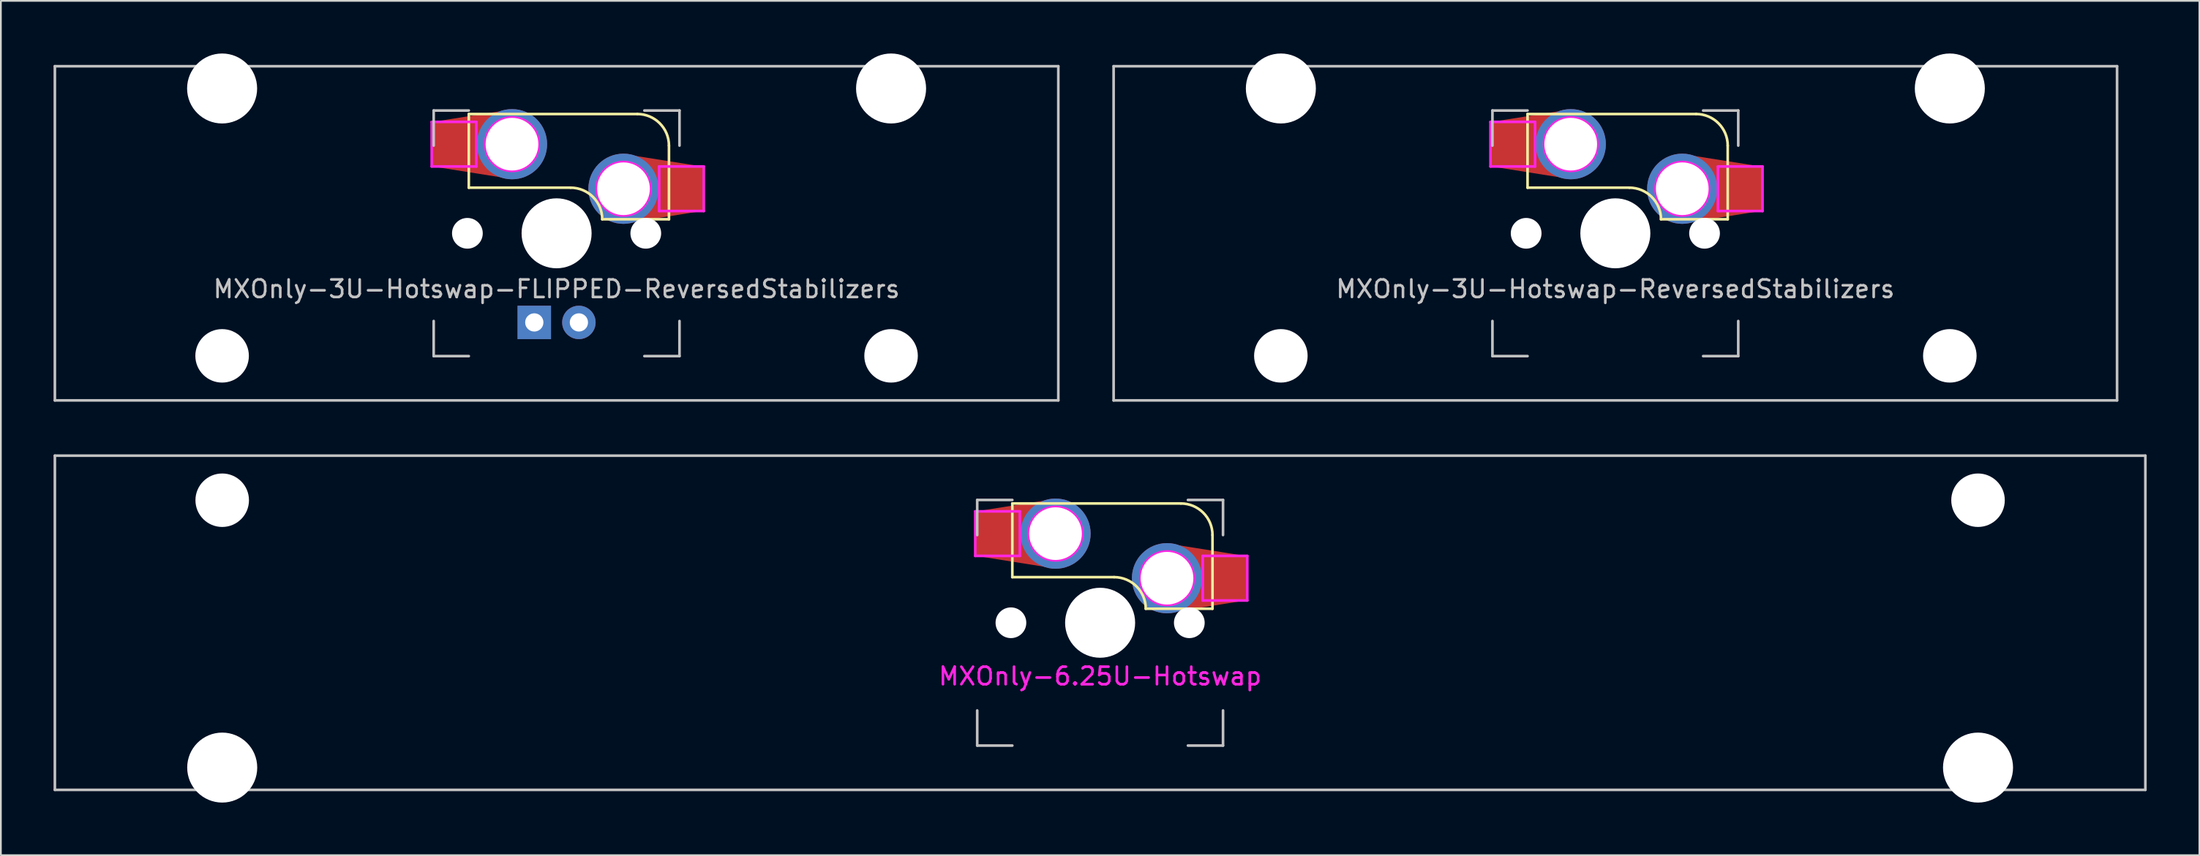
<source format=kicad_pcb>
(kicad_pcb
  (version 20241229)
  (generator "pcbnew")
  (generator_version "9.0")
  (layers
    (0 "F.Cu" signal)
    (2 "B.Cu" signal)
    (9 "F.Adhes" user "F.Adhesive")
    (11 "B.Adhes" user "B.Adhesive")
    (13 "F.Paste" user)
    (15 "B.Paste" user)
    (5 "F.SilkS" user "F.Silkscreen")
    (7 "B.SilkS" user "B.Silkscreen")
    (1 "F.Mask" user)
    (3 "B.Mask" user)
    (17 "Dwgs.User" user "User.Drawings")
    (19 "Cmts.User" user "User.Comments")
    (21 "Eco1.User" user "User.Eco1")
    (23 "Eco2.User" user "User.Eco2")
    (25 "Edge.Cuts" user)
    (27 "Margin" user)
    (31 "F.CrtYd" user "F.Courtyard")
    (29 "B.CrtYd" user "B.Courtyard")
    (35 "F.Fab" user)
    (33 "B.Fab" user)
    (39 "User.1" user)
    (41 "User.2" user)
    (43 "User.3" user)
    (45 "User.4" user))
  (footprint "MXOnly-6.25U-Hotswap"
    (layer "F.Cu")
    (at 59.606 32.449)
    (property "Reference" "MXOnly-6.25U-Hotswap" (at 0 3.048 180) (layer "F.CrtYd") (effects (font (size 1 1) (thickness 0.15))))
    (attr smd)
    (fp_line (start -5 -6.8) (end 4.6 -6.8) (stroke (width 0.15) (type solid)) (layer "F.SilkS"))
    (fp_line (start -5 -2.6) (end -5 -6.8) (stroke (width 0.15) (type solid)) (layer "F.SilkS"))
    (fp_line (start 0.8 -2.6) (end -5 -2.6) (stroke (width 0.15) (type solid)) (layer "F.SilkS"))
    (fp_line (start 6.4 -5) (end 6.4 -0.8) (stroke (width 0.15) (type solid)) (layer "F.SilkS"))
    (fp_line (start 6.4 -0.8) (end 2.6 -0.8) (stroke (width 0.15) (type solid)) (layer "F.SilkS"))
    (fp_arc (start 0.8 -2.6) (mid 2.072792 -2.072792) (end 2.6 -0.8) (stroke (width 0.15) (type solid)) (layer "F.SilkS"))
    (fp_arc (start 4.6 -6.8) (mid 5.872792 -6.272792) (end 6.4 -5) (stroke (width 0.15) (type solid)) (layer "F.SilkS"))
    (fp_poly (pts (xy -5.08 -3.493) (xy -7.112 -3.81) (xy -7.112 -6.35) (xy -5.08 -6.668)) (stroke (width 0.1) (type solid)) (fill yes) (layer "F.Paste"))
    (fp_poly (pts (xy 6.477 -4.064) (xy 8.509 -3.747) (xy 8.509 -1.206) (xy 6.477 -0.889)) (stroke (width 0.1) (type solid)) (fill yes) (layer "F.Paste"))
    (fp_line (start -59.531 -9.525) (end 59.531 -9.525) (stroke (width 0.15) (type solid)) (layer "Dwgs.User"))
    (fp_line (start -59.531 9.525) (end -59.531 -9.525) (stroke (width 0.15) (type solid)) (layer "Dwgs.User"))
    (fp_line (start -7 -7) (end -7 -5) (stroke (width 0.15) (type solid)) (layer "Dwgs.User"))
    (fp_line (start -7 7) (end -7 5) (stroke (width 0.15) (type solid)) (layer "Dwgs.User"))
    (fp_line (start -5 -7) (end -7 -7) (stroke (width 0.15) (type solid)) (layer "Dwgs.User"))
    (fp_line (start -5 7) (end -7 7) (stroke (width 0.15) (type solid)) (layer "Dwgs.User"))
    (fp_line (start 5 -7) (end 7 -7) (stroke (width 0.15) (type solid)) (layer "Dwgs.User"))
    (fp_line (start 7 -7) (end 7 -5) (stroke (width 0.15) (type solid)) (layer "Dwgs.User"))
    (fp_line (start 7 5) (end 7 7) (stroke (width 0.15) (type solid)) (layer "Dwgs.User"))
    (fp_line (start 7 7) (end 5 7) (stroke (width 0.15) (type solid)) (layer "Dwgs.User"))
    (fp_line (start 59.531 -9.525) (end 59.531 9.525) (stroke (width 0.15) (type solid)) (layer "Dwgs.User"))
    (fp_line (start 59.531 9.525) (end -59.531 9.525) (stroke (width 0.15) (type solid)) (layer "Dwgs.User"))
    (fp_line (start -7.112 -6.35) (end -7.112 -3.81) (stroke (width 0.15) (type solid)) (layer "F.CrtYd"))
    (fp_line (start -7.112 -3.81) (end -4.572 -3.81) (stroke (width 0.15) (type solid)) (layer "F.CrtYd"))
    (fp_line (start -4.572 -6.35) (end -7.112 -6.35) (stroke (width 0.15) (type solid)) (layer "F.CrtYd"))
    (fp_line (start -4.572 -3.81) (end -4.572 -6.35) (stroke (width 0.15) (type solid)) (layer "F.CrtYd"))
    (fp_line (start 5.842 -3.81) (end 5.842 -1.27) (stroke (width 0.15) (type solid)) (layer "F.CrtYd"))
    (fp_line (start 5.842 -1.27) (end 8.382 -1.27) (stroke (width 0.15) (type solid)) (layer "F.CrtYd"))
    (fp_line (start 8.382 -3.81) (end 5.842 -3.81) (stroke (width 0.15) (type solid)) (layer "F.CrtYd"))
    (fp_line (start 8.382 -1.27) (end 8.382 -3.81) (stroke (width 0.15) (type solid)) (layer "F.CrtYd"))
    (fp_circle (center -2.54 -5.08) (end -2.54 -6.604) (stroke (width 0.15) (type solid)) (fill no) (layer "F.CrtYd"))
    (fp_circle (center 3.81 -2.54) (end 3.81 -4.064) (stroke (width 0.15) (type solid)) (fill no) (layer "F.CrtYd"))
    (pad "" np_thru_hole circle (at -50 -6.985) (size 3.048 3.048) (drill 3.048) (layers "*.Cu" "*.Mask"))
    (pad "" np_thru_hole circle (at -50 8.255) (size 3.988 3.988) (drill 3.988) (layers "*.Cu" "*.Mask"))
    (pad "" np_thru_hole circle (at -5.08 0 131.9) (size 1.75 1.75) (drill 1.75) (layers "*.Cu" "*.Mask"))
    (pad "" np_thru_hole circle (at 0 0 180) (size 3.988 3.988) (drill 3.988) (layers "*.Cu" "*.Mask"))
    (pad "" np_thru_hole circle (at 5.08 0 131.9) (size 1.75 1.75) (drill 1.75) (layers "*.Cu" "*.Mask"))
    (pad "" np_thru_hole circle (at 50 -6.985) (size 3.048 3.048) (drill 3.048) (layers "*.Cu" "*.Mask"))
    (pad "" np_thru_hole circle (at 50 8.255) (size 3.988 3.988) (drill 3.988) (layers "*.Cu" "*.Mask"))
    (pad "1" thru_hole circle (at 3.81 -2.54 180) (size 4 4) (drill 3) (layers "*.Cu" "F.Mask"))
    (pad "1" smd custom (at 7.085 -2.54 180) (size 2.55 2.5) (layers "F.Cu" "F.Mask") (options (anchor rect)) (primitives (gr_poly (pts (xy -1.195 1.219) (xy 3.275 1.93) (xy 3.275 -1.93) (xy -1.195 -1.219)) (width 0.1) (fill yes))))
    (pad "2" smd custom (at -5.841 -5.08 180) (size 2.55 2.5) (layers "F.Cu" "F.Mask") (options (anchor rect)) (primitives (gr_poly (pts (xy 1.219 -1.219) (xy -3.251 -1.93) (xy -3.251 1.93) (xy 1.219 1.219)) (width 0.1) (fill yes))))
    (pad "2" thru_hole circle (at -2.54 -5.08 180) (size 4 4) (drill 3) (layers "*.Cu" "F.Mask")))
  (footprint "MXOnly-3U-Hotswap-FLIPPED-ReversedStabilizers"
    (layer "F.Cu")
    (at 28.65 10.249)
    (property "Reference" "MXOnly-3U-Hotswap-FLIPPED-ReversedStabilizers" (at 0 3.175 180) (layer "Dwgs.User") (effects (font (size 1 1) (thickness 0.15))))
    (attr through_hole)
    (fp_line (start -5 -6.8) (end 4.6 -6.8) (stroke (width 0.15) (type solid)) (layer "F.SilkS"))
    (fp_line (start -5 -2.6) (end -5 -6.8) (stroke (width 0.15) (type solid)) (layer "F.SilkS"))
    (fp_line (start 0.8 -2.6) (end -5 -2.6) (stroke (width 0.15) (type solid)) (layer "F.SilkS"))
    (fp_line (start 6.4 -5) (end 6.4 -0.8) (stroke (width 0.15) (type solid)) (layer "F.SilkS"))
    (fp_line (start 6.4 -0.8) (end 2.6 -0.8) (stroke (width 0.15) (type solid)) (layer "F.SilkS"))
    (fp_arc (start 0.8 -2.6) (mid 2.072792 -2.072792) (end 2.6 -0.8) (stroke (width 0.15) (type solid)) (layer "F.SilkS"))
    (fp_arc (start 4.6 -6.8) (mid 5.872792 -6.272792) (end 6.4 -5) (stroke (width 0.15) (type solid)) (layer "F.SilkS"))
    (fp_poly (pts (xy -5.08 -3.493) (xy -7.112 -3.81) (xy -7.112 -6.35) (xy -5.08 -6.668)) (stroke (width 0.1) (type solid)) (fill yes) (layer "F.Paste"))
    (fp_poly (pts (xy 6.477 -4.064) (xy 8.509 -3.747) (xy 8.509 -1.206) (xy 6.477 -0.889)) (stroke (width 0.1) (type solid)) (fill yes) (layer "F.Paste"))
    (fp_line (start -28.575 -9.525) (end 28.575 -9.525) (stroke (width 0.15) (type solid)) (layer "Dwgs.User"))
    (fp_line (start -28.575 9.525) (end -28.575 -9.525) (stroke (width 0.15) (type solid)) (layer "Dwgs.User"))
    (fp_line (start -28.575 9.525) (end 28.575 9.525) (stroke (width 0.15) (type solid)) (layer "Dwgs.User"))
    (fp_line (start -7 -7) (end -7 -5) (stroke (width 0.15) (type solid)) (layer "Dwgs.User"))
    (fp_line (start -7 7) (end -7 5) (stroke (width 0.15) (type solid)) (layer "Dwgs.User"))
    (fp_line (start -5 -7) (end -7 -7) (stroke (width 0.15) (type solid)) (layer "Dwgs.User"))
    (fp_line (start -5 7) (end -7 7) (stroke (width 0.15) (type solid)) (layer "Dwgs.User"))
    (fp_line (start 5 -7) (end 7 -7) (stroke (width 0.15) (type solid)) (layer "Dwgs.User"))
    (fp_line (start 7 -7) (end 7 -5) (stroke (width 0.15) (type solid)) (layer "Dwgs.User"))
    (fp_line (start 7 5) (end 7 7) (stroke (width 0.15) (type solid)) (layer "Dwgs.User"))
    (fp_line (start 7 7) (end 5 7) (stroke (width 0.15) (type solid)) (layer "Dwgs.User"))
    (fp_line (start 28.575 -9.525) (end 28.575 9.525) (stroke (width 0.15) (type solid)) (layer "Dwgs.User"))
    (fp_line (start -7.112 -6.35) (end -7.112 -3.81) (stroke (width 0.15) (type solid)) (layer "F.CrtYd"))
    (fp_line (start -7.112 -3.81) (end -4.572 -3.81) (stroke (width 0.15) (type solid)) (layer "F.CrtYd"))
    (fp_line (start -4.572 -6.35) (end -7.112 -6.35) (stroke (width 0.15) (type solid)) (layer "F.CrtYd"))
    (fp_line (start -4.572 -3.81) (end -4.572 -6.35) (stroke (width 0.15) (type solid)) (layer "F.CrtYd"))
    (fp_line (start 5.842 -3.81) (end 5.842 -1.27) (stroke (width 0.15) (type solid)) (layer "F.CrtYd"))
    (fp_line (start 5.842 -1.27) (end 8.382 -1.27) (stroke (width 0.15) (type solid)) (layer "F.CrtYd"))
    (fp_line (start 8.382 -3.81) (end 5.842 -3.81) (stroke (width 0.15) (type solid)) (layer "F.CrtYd"))
    (fp_line (start 8.382 -1.27) (end 8.382 -3.81) (stroke (width 0.15) (type solid)) (layer "F.CrtYd"))
    (fp_circle (center -2.54 -5.08) (end -2.54 -6.604) (stroke (width 0.15) (type solid)) (fill no) (layer "F.CrtYd"))
    (fp_circle (center 3.81 -2.54) (end 3.81 -4.064) (stroke (width 0.15) (type solid)) (fill no) (layer "F.CrtYd"))
    (pad "" np_thru_hole circle (at -19.05 -8.255) (size 3.988 3.988) (drill 3.988) (layers "*.Cu" "*.Mask"))
    (pad "" np_thru_hole circle (at -19.05 6.985) (size 3.048 3.048) (drill 3.048) (layers "*.Cu" "*.Mask"))
    (pad "" np_thru_hole circle (at -5.08 0 131.9) (size 1.75 1.75) (drill 1.75) (layers "*.Cu" "*.Mask"))
    (pad "" np_thru_hole circle (at 0 0 180) (size 3.988 3.988) (drill 3.988) (layers "*.Cu" "*.Mask"))
    (pad "" np_thru_hole circle (at 5.08 0 131.9) (size 1.75 1.75) (drill 1.75) (layers "*.Cu" "*.Mask"))
    (pad "" np_thru_hole circle (at 19.05 -8.255) (size 3.988 3.988) (drill 3.988) (layers "*.Cu" "*.Mask"))
    (pad "" np_thru_hole circle (at 19.05 6.985) (size 3.048 3.048) (drill 3.048) (layers "*.Cu" "*.Mask"))
    (pad "1" thru_hole circle (at 3.81 -2.54 180) (size 4 4) (drill 3) (layers "*.Cu" "F.Mask"))
    (pad "1" smd custom (at 7.085 -2.54 180) (size 2.55 2.5) (layers "F.Cu" "F.Mask") (options (anchor rect)) (primitives (gr_poly (pts (xy -1.195 1.219) (xy 3.275 1.93) (xy 3.275 -1.93) (xy -1.195 -1.219)) (width 0.1) (fill yes))))
    (pad "2" smd custom (at -5.841 -5.08 180) (size 2.55 2.5) (layers "F.Cu" "F.Mask") (options (anchor rect)) (primitives (gr_poly (pts (xy 1.219 -1.219) (xy -3.251 -1.93) (xy -3.251 1.93) (xy 1.219 1.219)) (width 0.1) (fill yes))))
    (pad "2" thru_hole circle (at -2.54 -5.08 180) (size 4 4) (drill 3) (layers "*.Cu" "F.Mask"))
    (pad "3" thru_hole circle (at 1.27 5.08) (size 1.905 1.905) (drill 1.04) (layers "*.Cu" "B.Mask"))
    (pad "4" thru_hole rect (at -1.27 5.08) (size 1.905 1.905) (drill 1.04) (layers "*.Cu" "B.Mask")))
  (footprint "MXOnly-3U-Hotswap-ReversedStabilizers"
    (layer "F.Cu")
    (at 88.95 10.249)
    (property "Reference" "MXOnly-3U-Hotswap-ReversedStabilizers" (at 0 3.175 180) (layer "Dwgs.User") (effects (font (size 1 1) (thickness 0.15))))
    (attr through_hole)
    (fp_line (start -5 -6.8) (end 4.6 -6.8) (stroke (width 0.15) (type solid)) (layer "F.SilkS"))
    (fp_line (start -5 -2.6) (end -5 -6.8) (stroke (width 0.15) (type solid)) (layer "F.SilkS"))
    (fp_line (start 0.8 -2.6) (end -5 -2.6) (stroke (width 0.15) (type solid)) (layer "F.SilkS"))
    (fp_line (start 6.4 -5) (end 6.4 -0.8) (stroke (width 0.15) (type solid)) (layer "F.SilkS"))
    (fp_line (start 6.4 -0.8) (end 2.6 -0.8) (stroke (width 0.15) (type solid)) (layer "F.SilkS"))
    (fp_arc (start 0.8 -2.6) (mid 2.072792 -2.072792) (end 2.6 -0.8) (stroke (width 0.15) (type solid)) (layer "F.SilkS"))
    (fp_arc (start 4.6 -6.8) (mid 5.872792 -6.272792) (end 6.4 -5) (stroke (width 0.15) (type solid)) (layer "F.SilkS"))
    (fp_poly (pts (xy -5.08 -3.493) (xy -7.112 -3.81) (xy -7.112 -6.35) (xy -5.08 -6.668)) (stroke (width 0.1) (type solid)) (fill yes) (layer "F.Paste"))
    (fp_poly (pts (xy 6.477 -4.064) (xy 8.509 -3.747) (xy 8.509 -1.206) (xy 6.477 -0.889)) (stroke (width 0.1) (type solid)) (fill yes) (layer "F.Paste"))
    (fp_line (start -28.575 -9.525) (end 28.575 -9.525) (stroke (width 0.15) (type solid)) (layer "Dwgs.User"))
    (fp_line (start -28.575 9.525) (end -28.575 -9.525) (stroke (width 0.15) (type solid)) (layer "Dwgs.User"))
    (fp_line (start -28.575 9.525) (end 28.575 9.525) (stroke (width 0.15) (type solid)) (layer "Dwgs.User"))
    (fp_line (start -7 -7) (end -7 -5) (stroke (width 0.15) (type solid)) (layer "Dwgs.User"))
    (fp_line (start -7 7) (end -7 5) (stroke (width 0.15) (type solid)) (layer "Dwgs.User"))
    (fp_line (start -5 -7) (end -7 -7) (stroke (width 0.15) (type solid)) (layer "Dwgs.User"))
    (fp_line (start -5 7) (end -7 7) (stroke (width 0.15) (type solid)) (layer "Dwgs.User"))
    (fp_line (start 5 -7) (end 7 -7) (stroke (width 0.15) (type solid)) (layer "Dwgs.User"))
    (fp_line (start 7 -7) (end 7 -5) (stroke (width 0.15) (type solid)) (layer "Dwgs.User"))
    (fp_line (start 7 5) (end 7 7) (stroke (width 0.15) (type solid)) (layer "Dwgs.User"))
    (fp_line (start 7 7) (end 5 7) (stroke (width 0.15) (type solid)) (layer "Dwgs.User"))
    (fp_line (start 28.575 -9.525) (end 28.575 9.525) (stroke (width 0.15) (type solid)) (layer "Dwgs.User"))
    (fp_line (start -7.112 -6.35) (end -7.112 -3.81) (stroke (width 0.15) (type solid)) (layer "F.CrtYd"))
    (fp_line (start -7.112 -3.81) (end -4.572 -3.81) (stroke (width 0.15) (type solid)) (layer "F.CrtYd"))
    (fp_line (start -4.572 -6.35) (end -7.112 -6.35) (stroke (width 0.15) (type solid)) (layer "F.CrtYd"))
    (fp_line (start -4.572 -3.81) (end -4.572 -6.35) (stroke (width 0.15) (type solid)) (layer "F.CrtYd"))
    (fp_line (start 5.842 -3.81) (end 5.842 -1.27) (stroke (width 0.15) (type solid)) (layer "F.CrtYd"))
    (fp_line (start 5.842 -1.27) (end 8.382 -1.27) (stroke (width 0.15) (type solid)) (layer "F.CrtYd"))
    (fp_line (start 8.382 -3.81) (end 5.842 -3.81) (stroke (width 0.15) (type solid)) (layer "F.CrtYd"))
    (fp_line (start 8.382 -1.27) (end 8.382 -3.81) (stroke (width 0.15) (type solid)) (layer "F.CrtYd"))
    (fp_circle (center -2.54 -5.08) (end -2.54 -6.604) (stroke (width 0.15) (type solid)) (fill no) (layer "F.CrtYd"))
    (fp_circle (center 3.81 -2.54) (end 3.81 -4.064) (stroke (width 0.15) (type solid)) (fill no) (layer "F.CrtYd"))
    (pad "" np_thru_hole circle (at -19.05 -8.255) (size 3.988 3.988) (drill 3.988) (layers "*.Cu" "*.Mask"))
    (pad "" np_thru_hole circle (at -19.05 6.985) (size 3.048 3.048) (drill 3.048) (layers "*.Cu" "*.Mask"))
    (pad "" np_thru_hole circle (at -5.08 0 131.9) (size 1.75 1.75) (drill 1.75) (layers "*.Cu" "*.Mask"))
    (pad "" np_thru_hole circle (at 0 0 180) (size 3.988 3.988) (drill 3.988) (layers "*.Cu" "*.Mask"))
    (pad "" np_thru_hole circle (at 5.08 0 131.9) (size 1.75 1.75) (drill 1.75) (layers "*.Cu" "*.Mask"))
    (pad "" np_thru_hole circle (at 19.05 -8.255) (size 3.988 3.988) (drill 3.988) (layers "*.Cu" "*.Mask"))
    (pad "" np_thru_hole circle (at 19.05 6.985) (size 3.048 3.048) (drill 3.048) (layers "*.Cu" "*.Mask"))
    (pad "1" thru_hole circle (at 3.81 -2.54 180) (size 4 4) (drill 3) (layers "*.Cu" "F.Mask"))
    (pad "1" smd custom (at 7.085 -2.54 180) (size 2.55 2.5) (layers "F.Cu" "F.Mask") (options (anchor rect)) (primitives (gr_poly (pts (xy -1.195 1.219) (xy 3.275 1.93) (xy 3.275 -1.93) (xy -1.195 -1.219)) (width 0.1) (fill yes))))
    (pad "2" smd custom (at -5.841 -5.08 180) (size 2.55 2.5) (layers "F.Cu" "F.Mask") (options (anchor rect)) (primitives (gr_poly (pts (xy 1.219 -1.219) (xy -3.251 -1.93) (xy -3.251 1.93) (xy 1.219 1.219)) (width 0.1) (fill yes))))
    (pad "2" thru_hole circle (at -2.54 -5.08 180) (size 4 4) (drill 3) (layers "*.Cu" "F.Mask")))
  (gr_rect
    (start -3 -3)
    (end 122.213 45.698)
    (stroke (width 0.1) (type default))
    (fill no)
    (layer "Edge.Cuts")))
</source>
